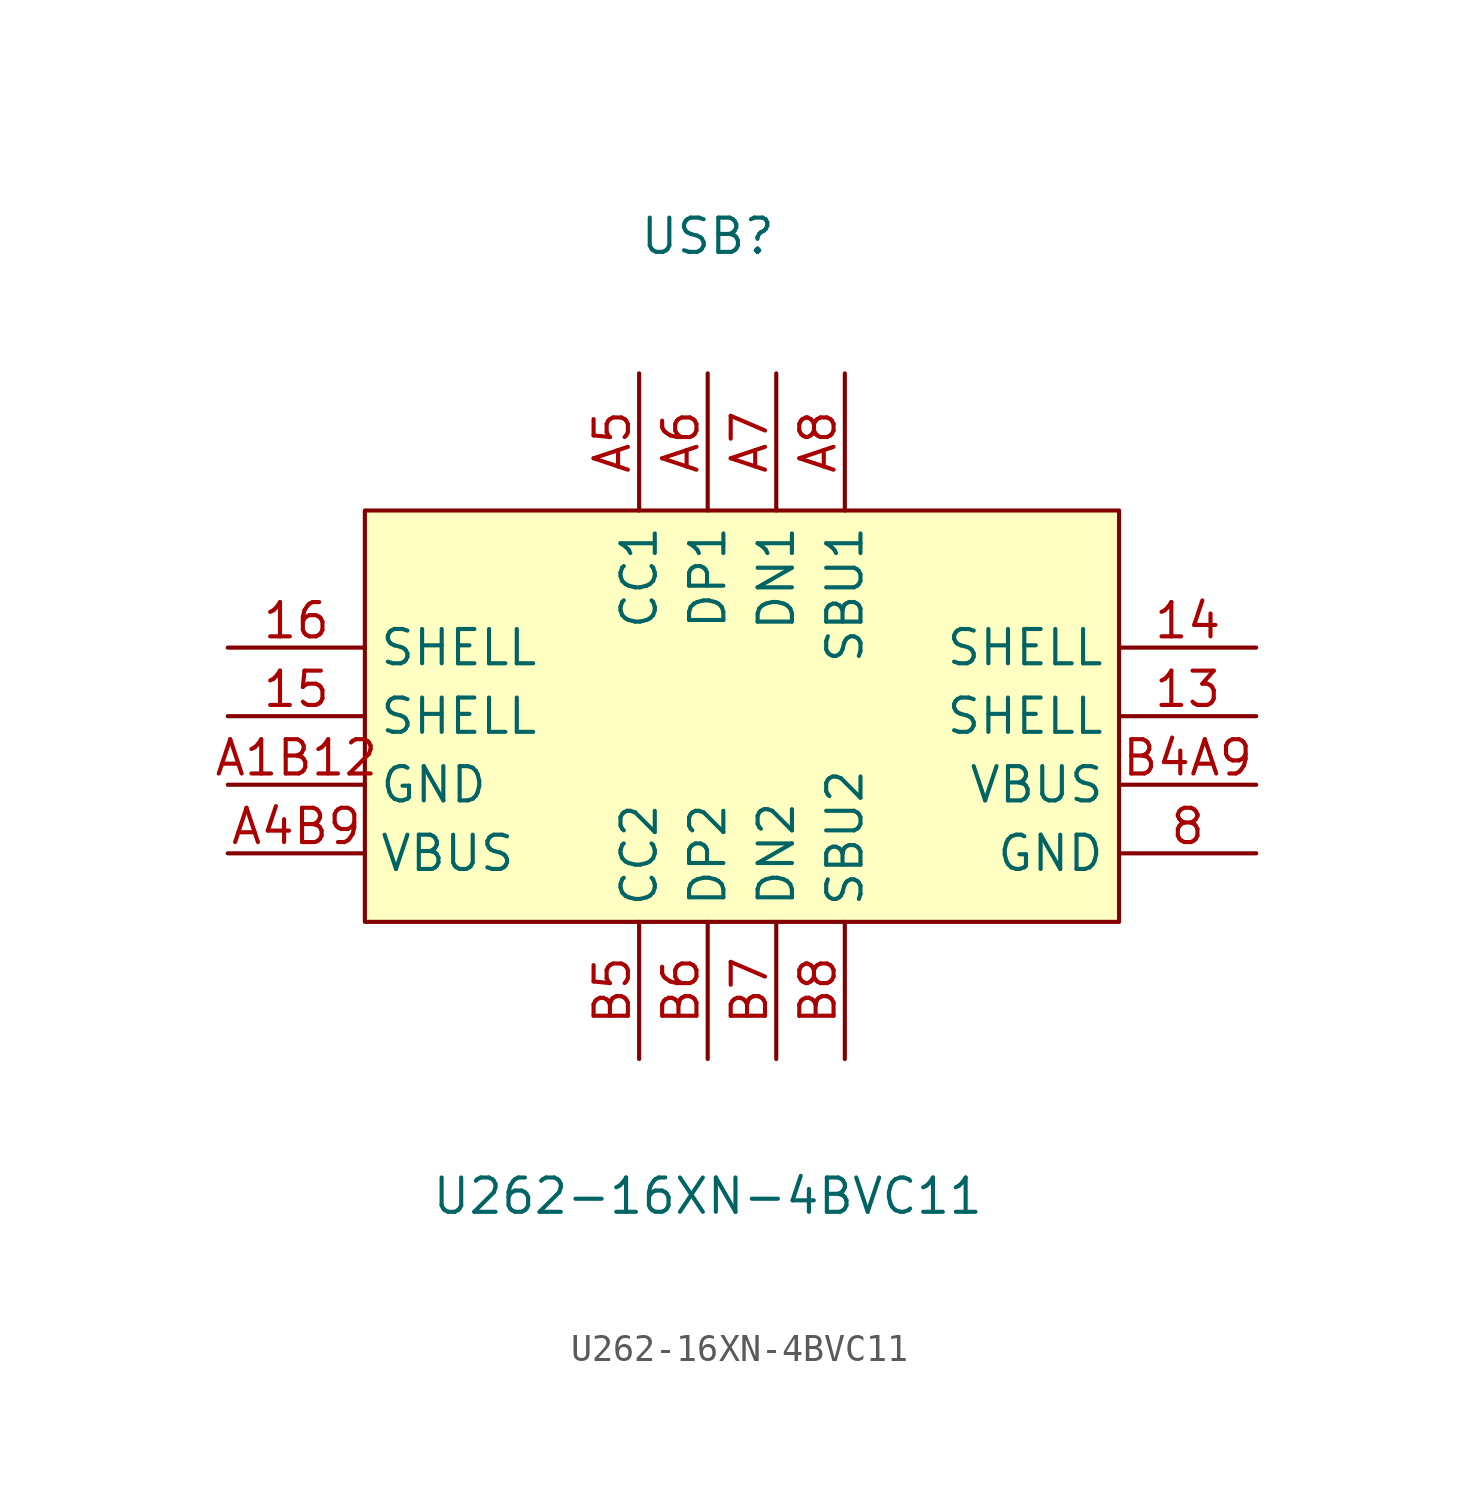
<source format=kicad_sym>
(kicad_symbol_lib
  (version 20211014)
  (generator https://github.com/uPesy/easyeda2kicad.py)
  (symbol "U262-16XN-4BVC11"
    (property "Reference" "USB"
      (at 0 17.78 0)
      (effects (font (size 1.27 1.27))))
    (property "Value" "U262-16XN-4BVC11"
      (at 0 -17.78 0)
      (effects (font (size 1.27 1.27))))
    (symbol "U262-16XN-4BVC11_0_1"
      (rectangle (start -12.70 7.62) (end 15.24 -7.62) (stroke (width 0) (type default) (color 0 0 0 0)) (fill (type background)))
      (pin unspecified line (at -17.78 -2.54 0) (length 5.08) (name "GND" (effects (font (size 1.27 1.27)))) (number "A1B12" (effects (font (size 1.27 1.27)))))
      (pin unspecified line (at -17.78 -5.08 0) (length 5.08) (name "VBUS" (effects (font (size 1.27 1.27)))) (number "A4B9" (effects (font (size 1.27 1.27)))))
      (pin unspecified line (at -2.54 12.70 270) (length 5.08) (name "CC1" (effects (font (size 1.27 1.27)))) (number "A5" (effects (font (size 1.27 1.27)))))
      (pin unspecified line (at 0.00 12.70 270) (length 5.08) (name "DP1" (effects (font (size 1.27 1.27)))) (number "A6" (effects (font (size 1.27 1.27)))))
      (pin unspecified line (at 2.54 12.70 270) (length 5.08) (name "DN1" (effects (font (size 1.27 1.27)))) (number "A7" (effects (font (size 1.27 1.27)))))
      (pin unspecified line (at 5.08 12.70 270) (length 5.08) (name "SBU1" (effects (font (size 1.27 1.27)))) (number "A8" (effects (font (size 1.27 1.27)))))
      (pin unspecified line (at 20.32 -2.54 180) (length 5.08) (name "VBUS" (effects (font (size 1.27 1.27)))) (number "B4A9" (effects (font (size 1.27 1.27)))))
      (pin unspecified line (at 20.32 -5.08 180) (length 5.08) (name "GND" (effects (font (size 1.27 1.27)))) (number "8" (effects (font (size 1.27 1.27)))))
      (pin unspecified line (at -2.54 -12.70 90) (length 5.08) (name "CC2" (effects (font (size 1.27 1.27)))) (number "B5" (effects (font (size 1.27 1.27)))))
      (pin unspecified line (at 0.00 -12.70 90) (length 5.08) (name "DP2" (effects (font (size 1.27 1.27)))) (number "B6" (effects (font (size 1.27 1.27)))))
      (pin unspecified line (at 2.54 -12.70 90) (length 5.08) (name "DN2" (effects (font (size 1.27 1.27)))) (number "B7" (effects (font (size 1.27 1.27)))))
      (pin unspecified line (at 5.08 -12.70 90) (length 5.08) (name "SBU2" (effects (font (size 1.27 1.27)))) (number "B8" (effects (font (size 1.27 1.27)))))
      (pin unspecified line (at -17.78 -0.00 0) (length 5.08) (name "SHELL" (effects (font (size 1.27 1.27)))) (number "15" (effects (font (size 1.27 1.27)))))
      (pin unspecified line (at 20.32 -0.00 180) (length 5.08) (name "SHELL" (effects (font (size 1.27 1.27)))) (number "13" (effects (font (size 1.27 1.27)))))
      (pin unspecified line (at -17.78 2.54 0) (length 5.08) (name "SHELL" (effects (font (size 1.27 1.27)))) (number "16" (effects (font (size 1.27 1.27)))))
      (pin unspecified line (at 20.32 2.54 180) (length 5.08) (name "SHELL" (effects (font (size 1.27 1.27)))) (number "14" (effects (font (size 1.27 1.27))))))))
</source>
